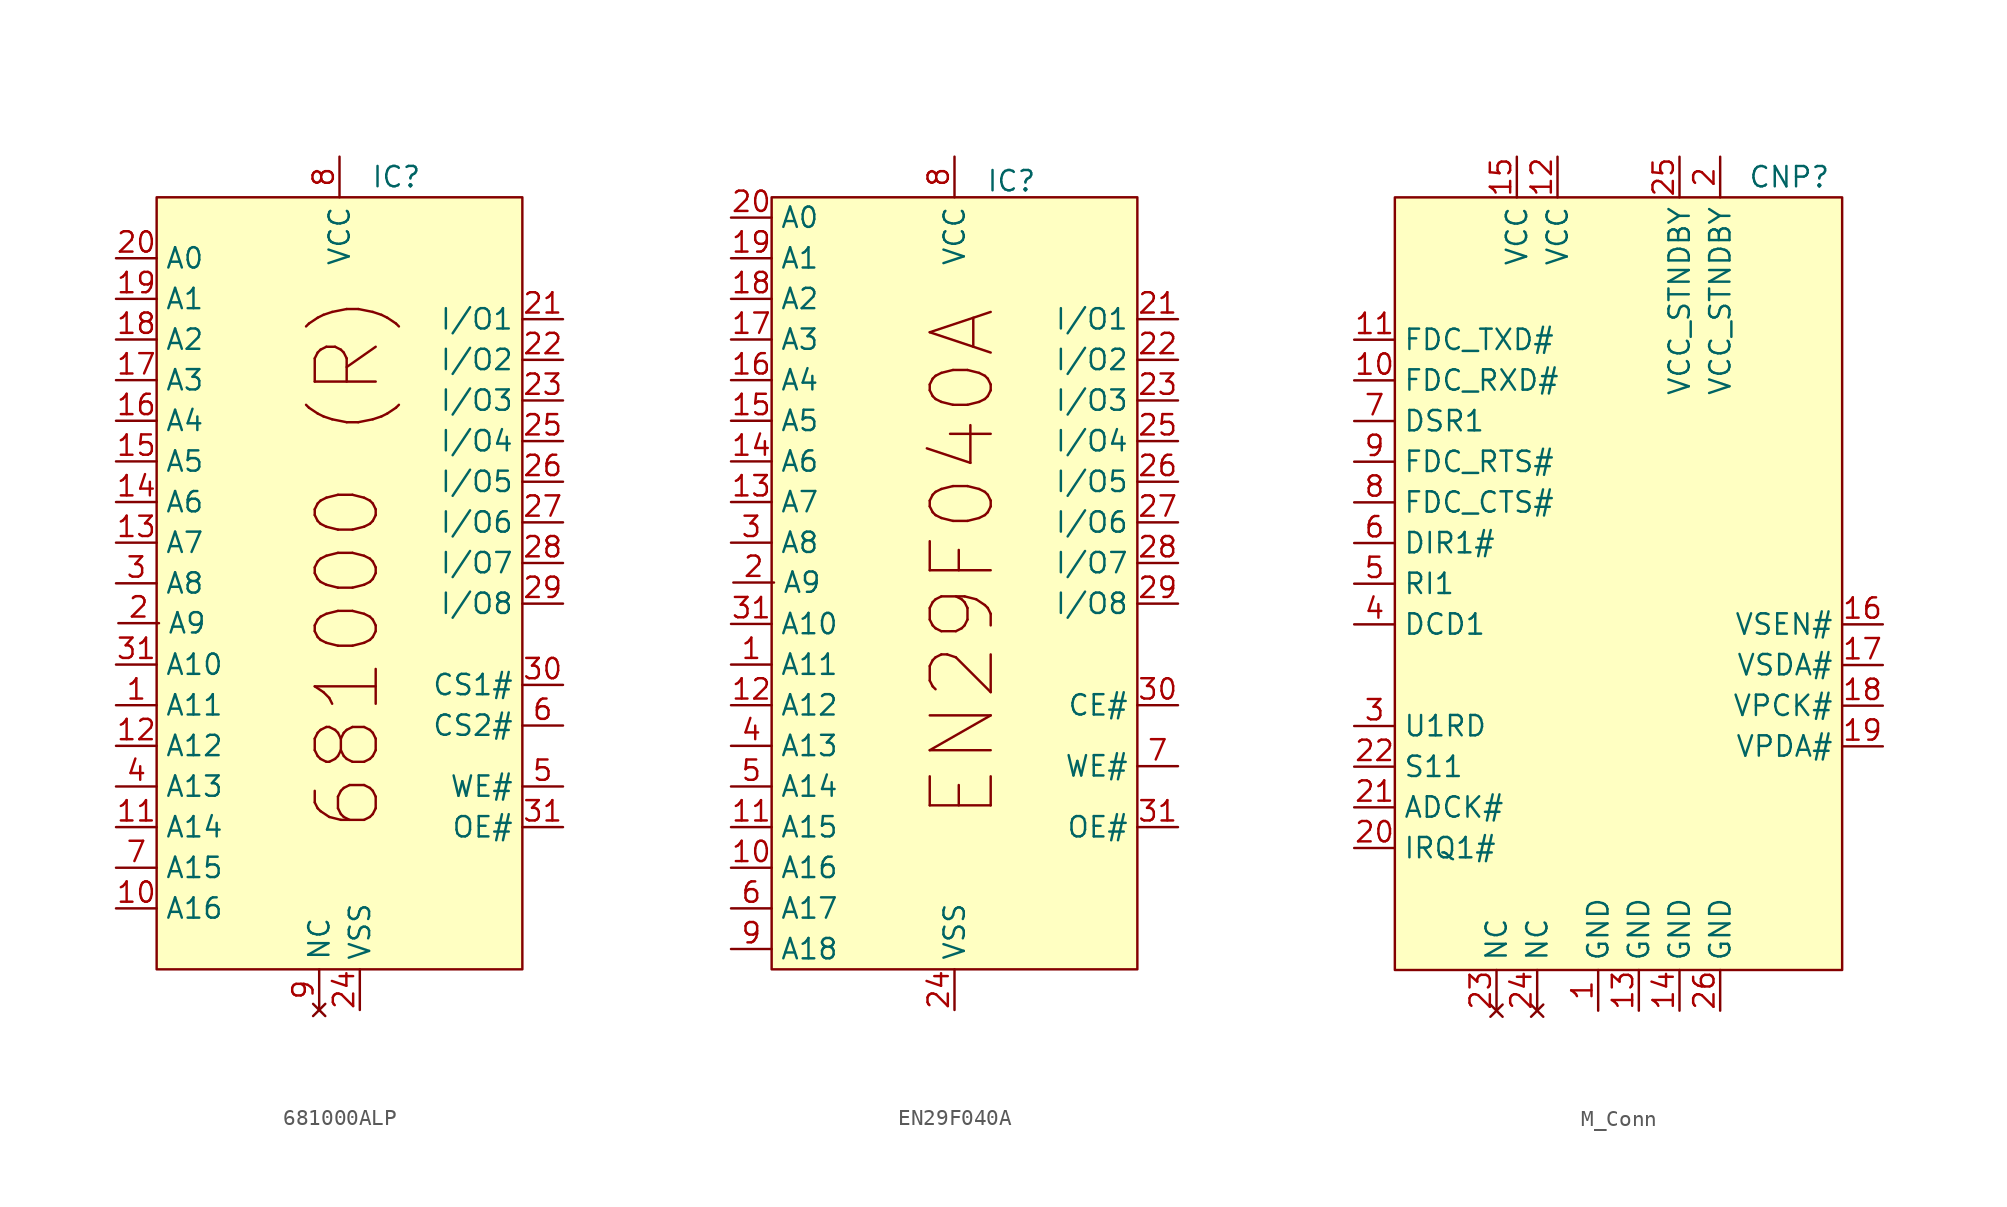
<source format=kicad_sym>
(kicad_symbol_lib
  (version 20241209)
  (generator "kicad_symbol_editor")
  (generator_version "9.0")
  (symbol "681000ALP"
    (property "Reference" "IC"
      (at 3.556 25.4 0)
      (effects (font (size 1.27 1.27))))
    (property "Value" ""
      (at 0 0 0)
      (effects (font (size 1.27 1.27))))
    (symbol "681000ALP_1_1"
      (rectangle (start -11.43 24.13) (end 11.43 -24.13) (stroke (width 0) (type solid)) (fill (type color) (color 255 255 194 1)))
      (text "681000 (R)" (at 0.508 1.27 900) (effects (font (size 3.81 3.81))))
      (pin input line (at -13.97 20.32 0) (length 2.54) (name "A0" (effects (font (size 1.27 1.27)))) (number "20" (effects (font (size 1.27 1.27)))))
      (pin input line (at -13.97 17.78 0) (length 2.54) (name "A1" (effects (font (size 1.27 1.27)))) (number "19" (effects (font (size 1.27 1.27)))))
      (pin input line (at -13.97 15.24 0) (length 2.54) (name "A2" (effects (font (size 1.27 1.27)))) (number "18" (effects (font (size 1.27 1.27)))))
      (pin input line (at -13.97 12.7 0) (length 2.54) (name "A3" (effects (font (size 1.27 1.27)))) (number "17" (effects (font (size 1.27 1.27)))))
      (pin input line (at -13.97 10.16 0) (length 2.54) (name "A4" (effects (font (size 1.27 1.27)))) (number "16" (effects (font (size 1.27 1.27)))))
      (pin input line (at -13.97 7.62 0) (length 2.54) (name "A5" (effects (font (size 1.27 1.27)))) (number "15" (effects (font (size 1.27 1.27)))))
      (pin input line (at -13.97 5.08 0) (length 2.54) (name "A6" (effects (font (size 1.27 1.27)))) (number "14" (effects (font (size 1.27 1.27)))))
      (pin input line (at -13.97 2.54 0) (length 2.54) (name "A7" (effects (font (size 1.27 1.27)))) (number "13" (effects (font (size 1.27 1.27)))))
      (pin input line (at -13.97 0 0) (length 2.54) (name "A8" (effects (font (size 1.27 1.27)))) (number "3" (effects (font (size 1.27 1.27)))))
      (pin input line (at -13.97 -5.08 0) (length 2.54) (name "A10" (effects (font (size 1.27 1.27)))) (number "31" (effects (font (size 1.27 1.27)))))
      (pin input line (at -13.97 -7.62 0) (length 2.54) (name "A11" (effects (font (size 1.27 1.27)))) (number "1" (effects (font (size 1.27 1.27)))))
      (pin input line (at -13.97 -10.16 0) (length 2.54) (name "A12" (effects (font (size 1.27 1.27)))) (number "12" (effects (font (size 1.27 1.27)))))
      (pin input line (at -13.97 -12.7 0) (length 2.54) (name "A13" (effects (font (size 1.27 1.27)))) (number "4" (effects (font (size 1.27 1.27)))))
      (pin input line (at -13.97 -15.24 0) (length 2.54) (name "A14" (effects (font (size 1.27 1.27)))) (number "11" (effects (font (size 1.27 1.27)))))
      (pin input line (at -13.97 -17.78 0) (length 2.54) (name "A15" (effects (font (size 1.27 1.27)))) (number "7" (effects (font (size 1.27 1.27)))))
      (pin input line (at -13.97 -20.32 0) (length 2.54) (name "A16" (effects (font (size 1.27 1.27)))) (number "10" (effects (font (size 1.27 1.27)))))
      (pin input line (at -13.824 -2.492 0) (length 2.54) (name "A9" (effects (font (size 1.27 1.27)))) (number "2" (effects (font (size 1.27 1.27)))))
      (pin no_connect line (at -1.27 -26.67 90) (length 2.54) (name "NC" (effects (font (size 1.27 1.27)))) (number "9" (effects (font (size 1.27 1.27)))))
      (pin power_in line (at 0 26.67 270) (length 2.54) (name "VCC" (effects (font (size 1.27 1.27)))) (number "8" (effects (font (size 1.27 1.27)))))
      (pin power_in line (at 1.27 -26.67 90) (length 2.54) (name "VSS" (effects (font (size 1.27 1.27)))) (number "24" (effects (font (size 1.27 1.27)))))
      (pin bidirectional line (at 13.97 16.51 180) (length 2.54) (name "I/O1" (effects (font (size 1.27 1.27)))) (number "21" (effects (font (size 1.27 1.27)))))
      (pin bidirectional line (at 13.97 13.97 180) (length 2.54) (name "I/O2" (effects (font (size 1.27 1.27)))) (number "22" (effects (font (size 1.27 1.27)))))
      (pin bidirectional line (at 13.97 11.43 180) (length 2.54) (name "I/O3" (effects (font (size 1.27 1.27)))) (number "23" (effects (font (size 1.27 1.27)))))
      (pin bidirectional line (at 13.97 8.89 180) (length 2.54) (name "I/O4" (effects (font (size 1.27 1.27)))) (number "25" (effects (font (size 1.27 1.27)))))
      (pin bidirectional line (at 13.97 6.35 180) (length 2.54) (name "I/O5" (effects (font (size 1.27 1.27)))) (number "26" (effects (font (size 1.27 1.27)))))
      (pin bidirectional line (at 13.97 3.81 180) (length 2.54) (name "I/O6" (effects (font (size 1.27 1.27)))) (number "27" (effects (font (size 1.27 1.27)))))
      (pin bidirectional line (at 13.97 1.27 180) (length 2.54) (name "I/O7" (effects (font (size 1.27 1.27)))) (number "28" (effects (font (size 1.27 1.27)))))
      (pin bidirectional line (at 13.97 -1.27 180) (length 2.54) (name "I/O8" (effects (font (size 1.27 1.27)))) (number "29" (effects (font (size 1.27 1.27)))))
      (pin input line (at 13.97 -6.35 180) (length 2.54) (name "CS1#" (effects (font (size 1.27 1.27)))) (number "30" (effects (font (size 1.27 1.27)))))
      (pin input line (at 13.97 -8.89 180) (length 2.54) (name "CS2#" (effects (font (size 1.27 1.27)))) (number "6" (effects (font (size 1.27 1.27)))))
      (pin input line (at 13.97 -12.7 180) (length 2.54) (name "WE#" (effects (font (size 1.27 1.27)))) (number "5" (effects (font (size 1.27 1.27)))))
      (pin input line (at 13.97 -15.24 180) (length 2.54) (name "OE#" (effects (font (size 1.27 1.27)))) (number "31" (effects (font (size 1.27 1.27)))))))
  (symbol "EN29F040A"
    (property "Reference" "IC"
      (at 3.556 25.146 0)
      (effects (font (size 1.27 1.27))))
    (property "Value" ""
      (at 0 0 0)
      (effects (font (size 1.27 1.27))))
    (symbol "EN29F040A_1_1"
      (rectangle (start -11.43 24.13) (end 11.43 -24.13) (stroke (width 0) (type solid)) (fill (type color) (color 255 255 194 1)))
      (text "EN29F040A" (at 0.508 1.27 900) (effects (font (size 3.81 3.81))))
      (pin input line (at -13.97 22.86 0) (length 2.54) (name "A0" (effects (font (size 1.27 1.27)))) (number "20" (effects (font (size 1.27 1.27)))))
      (pin input line (at -13.97 20.32 0) (length 2.54) (name "A1" (effects (font (size 1.27 1.27)))) (number "19" (effects (font (size 1.27 1.27)))))
      (pin input line (at -13.97 17.78 0) (length 2.54) (name "A2" (effects (font (size 1.27 1.27)))) (number "18" (effects (font (size 1.27 1.27)))))
      (pin input line (at -13.97 15.24 0) (length 2.54) (name "A3" (effects (font (size 1.27 1.27)))) (number "17" (effects (font (size 1.27 1.27)))))
      (pin input line (at -13.97 12.7 0) (length 2.54) (name "A4" (effects (font (size 1.27 1.27)))) (number "16" (effects (font (size 1.27 1.27)))))
      (pin input line (at -13.97 10.16 0) (length 2.54) (name "A5" (effects (font (size 1.27 1.27)))) (number "15" (effects (font (size 1.27 1.27)))))
      (pin input line (at -13.97 7.62 0) (length 2.54) (name "A6" (effects (font (size 1.27 1.27)))) (number "14" (effects (font (size 1.27 1.27)))))
      (pin input line (at -13.97 5.08 0) (length 2.54) (name "A7" (effects (font (size 1.27 1.27)))) (number "13" (effects (font (size 1.27 1.27)))))
      (pin input line (at -13.97 2.54 0) (length 2.54) (name "A8" (effects (font (size 1.27 1.27)))) (number "3" (effects (font (size 1.27 1.27)))))
      (pin input line (at -13.97 -2.54 0) (length 2.54) (name "A10" (effects (font (size 1.27 1.27)))) (number "31" (effects (font (size 1.27 1.27)))))
      (pin input line (at -13.97 -5.08 0) (length 2.54) (name "A11" (effects (font (size 1.27 1.27)))) (number "1" (effects (font (size 1.27 1.27)))))
      (pin input line (at -13.97 -7.62 0) (length 2.54) (name "A12" (effects (font (size 1.27 1.27)))) (number "12" (effects (font (size 1.27 1.27)))))
      (pin input line (at -13.97 -10.16 0) (length 2.54) (name "A13" (effects (font (size 1.27 1.27)))) (number "4" (effects (font (size 1.27 1.27)))))
      (pin input line (at -13.97 -12.7 0) (length 2.54) (name "A14" (effects (font (size 1.27 1.27)))) (number "5" (effects (font (size 1.27 1.27)))))
      (pin input line (at -13.97 -15.24 0) (length 2.54) (name "A15" (effects (font (size 1.27 1.27)))) (number "11" (effects (font (size 1.27 1.27)))))
      (pin input line (at -13.97 -17.78 0) (length 2.54) (name "A16" (effects (font (size 1.27 1.27)))) (number "10" (effects (font (size 1.27 1.27)))))
      (pin input line (at -13.97 -20.32 0) (length 2.54) (name "A17" (effects (font (size 1.27 1.27)))) (number "6" (effects (font (size 1.27 1.27)))))
      (pin input line (at -13.97 -22.86 0) (length 2.54) (name "A18" (effects (font (size 1.27 1.27)))) (number "9" (effects (font (size 1.27 1.27)))))
      (pin input line (at -13.824 0.048 0) (length 2.54) (name "A9" (effects (font (size 1.27 1.27)))) (number "2" (effects (font (size 1.27 1.27)))))
      (pin power_in line (at 0 26.67 270) (length 2.54) (name "VCC" (effects (font (size 1.27 1.27)))) (number "8" (effects (font (size 1.27 1.27)))))
      (pin power_in line (at 0 -26.67 90) (length 2.54) (name "VSS" (effects (font (size 1.27 1.27)))) (number "24" (effects (font (size 1.27 1.27)))))
      (pin bidirectional line (at 13.97 16.51 180) (length 2.54) (name "I/O1" (effects (font (size 1.27 1.27)))) (number "21" (effects (font (size 1.27 1.27)))))
      (pin bidirectional line (at 13.97 13.97 180) (length 2.54) (name "I/O2" (effects (font (size 1.27 1.27)))) (number "22" (effects (font (size 1.27 1.27)))))
      (pin bidirectional line (at 13.97 11.43 180) (length 2.54) (name "I/O3" (effects (font (size 1.27 1.27)))) (number "23" (effects (font (size 1.27 1.27)))))
      (pin bidirectional line (at 13.97 8.89 180) (length 2.54) (name "I/O4" (effects (font (size 1.27 1.27)))) (number "25" (effects (font (size 1.27 1.27)))))
      (pin bidirectional line (at 13.97 6.35 180) (length 2.54) (name "I/O5" (effects (font (size 1.27 1.27)))) (number "26" (effects (font (size 1.27 1.27)))))
      (pin bidirectional line (at 13.97 3.81 180) (length 2.54) (name "I/O6" (effects (font (size 1.27 1.27)))) (number "27" (effects (font (size 1.27 1.27)))))
      (pin bidirectional line (at 13.97 1.27 180) (length 2.54) (name "I/O7" (effects (font (size 1.27 1.27)))) (number "28" (effects (font (size 1.27 1.27)))))
      (pin bidirectional line (at 13.97 -1.27 180) (length 2.54) (name "I/O8" (effects (font (size 1.27 1.27)))) (number "29" (effects (font (size 1.27 1.27)))))
      (pin input line (at 13.97 -7.62 180) (length 2.54) (name "CE#" (effects (font (size 1.27 1.27)))) (number "30" (effects (font (size 1.27 1.27)))))
      (pin input line (at 13.97 -11.43 180) (length 2.54) (name "WE#" (effects (font (size 1.27 1.27)))) (number "7" (effects (font (size 1.27 1.27)))))
      (pin input line (at 13.97 -15.24 180) (length 2.54) (name "OE#" (effects (font (size 1.27 1.27)))) (number "31" (effects (font (size 1.27 1.27)))))))
  (symbol "M_Conn"
    (property "Reference" "CNP"
      (at 10.668 25.4 0)
      (effects (font (size 1.27 1.27))))
    (property "Value" ""
      (at 0 0 0)
      (effects (font (size 1.27 1.27))))
    (symbol "M_Conn_1_1"
      (rectangle (start -13.97 24.13) (end 13.97 -24.13) (stroke (width 0) (type solid)) (fill (type color) (color 255 255 194 1)))
      (pin bidirectional line (at -16.51 15.24 0) (length 2.54) (name "FDC_TXD#" (effects (font (size 1.27 1.27)))) (number "11" (effects (font (size 1.27 1.27)))))
      (pin bidirectional line (at -16.51 12.7 0) (length 2.54) (name "FDC_RXD#" (effects (font (size 1.27 1.27)))) (number "10" (effects (font (size 1.27 1.27)))))
      (pin bidirectional line (at -16.51 10.16 0) (length 2.54) (name "DSR1" (effects (font (size 1.27 1.27)))) (number "7" (effects (font (size 1.27 1.27)))))
      (pin bidirectional line (at -16.51 7.62 0) (length 2.54) (name "FDC_RTS#" (effects (font (size 1.27 1.27)))) (number "9" (effects (font (size 1.27 1.27)))))
      (pin bidirectional line (at -16.51 5.08 0) (length 2.54) (name "FDC_CTS#" (effects (font (size 1.27 1.27)))) (number "8" (effects (font (size 1.27 1.27)))))
      (pin bidirectional line (at -16.51 2.54 0) (length 2.54) (name "DIR1#" (effects (font (size 1.27 1.27)))) (number "6" (effects (font (size 1.27 1.27)))))
      (pin bidirectional line (at -16.51 0 0) (length 2.54) (name "RI1" (effects (font (size 1.27 1.27)))) (number "5" (effects (font (size 1.27 1.27)))))
      (pin bidirectional line (at -16.51 -2.54 0) (length 2.54) (name "DCD1" (effects (font (size 1.27 1.27)))) (number "4" (effects (font (size 1.27 1.27)))))
      (pin bidirectional line (at -16.51 -8.89 0) (length 2.54) (name "U1RD" (effects (font (size 1.27 1.27)))) (number "3" (effects (font (size 1.27 1.27)))))
      (pin bidirectional line (at -16.51 -11.43 0) (length 2.54) (name "S11" (effects (font (size 1.27 1.27)))) (number "22" (effects (font (size 1.27 1.27)))))
      (pin bidirectional line (at -16.51 -13.97 0) (length 2.54) (name "ADCK#" (effects (font (size 1.27 1.27)))) (number "21" (effects (font (size 1.27 1.27)))))
      (pin output line (at -16.51 -16.51 0) (length 2.54) (name "IRQ1#" (effects (font (size 1.27 1.27)))) (number "20" (effects (font (size 1.27 1.27)))))
      (pin no_connect line (at -7.62 -26.67 90) (length 2.54) (name "NC" (effects (font (size 1.27 1.27)))) (number "23" (effects (font (size 1.27 1.27)))))
      (pin power_in line (at -6.35 26.67 270) (length 2.54) (name "VCC" (effects (font (size 1.27 1.27)))) (number "15" (effects (font (size 1.27 1.27)))))
      (pin no_connect line (at -5.08 -26.67 90) (length 2.54) (name "NC" (effects (font (size 1.27 1.27)))) (number "24" (effects (font (size 1.27 1.27)))))
      (pin power_in line (at -3.81 26.67 270) (length 2.54) (name "VCC" (effects (font (size 1.27 1.27)))) (number "12" (effects (font (size 1.27 1.27)))))
      (pin power_in line (at -1.27 -26.67 90) (length 2.54) (name "GND" (effects (font (size 1.27 1.27)))) (number "1" (effects (font (size 1.27 1.27)))))
      (pin power_in line (at 1.27 -26.67 90) (length 2.54) (name "GND" (effects (font (size 1.27 1.27)))) (number "13" (effects (font (size 1.27 1.27)))))
      (pin power_in line (at 3.81 26.67 270) (length 2.54) (name "VCC_STNDBY" (effects (font (size 1.27 1.27)))) (number "25" (effects (font (size 1.27 1.27)))))
      (pin power_in line (at 3.81 -26.67 90) (length 2.54) (name "GND" (effects (font (size 1.27 1.27)))) (number "14" (effects (font (size 1.27 1.27)))))
      (pin power_in line (at 6.35 26.67 270) (length 2.54) (name "VCC_STNDBY" (effects (font (size 1.27 1.27)))) (number "2" (effects (font (size 1.27 1.27)))))
      (pin power_in line (at 6.35 -26.67 90) (length 2.54) (name "GND" (effects (font (size 1.27 1.27)))) (number "26" (effects (font (size 1.27 1.27)))))
      (pin bidirectional line (at 16.51 -2.54 180) (length 2.54) (name "VSEN#" (effects (font (size 1.27 1.27)))) (number "16" (effects (font (size 1.27 1.27)))))
      (pin bidirectional line (at 16.51 -5.08 180) (length 2.54) (name "VSDA#" (effects (font (size 1.27 1.27)))) (number "17" (effects (font (size 1.27 1.27)))))
      (pin bidirectional line (at 16.51 -7.62 180) (length 2.54) (name "VPCK#" (effects (font (size 1.27 1.27)))) (number "18" (effects (font (size 1.27 1.27)))))
      (pin bidirectional line (at 16.51 -10.16 180) (length 2.54) (name "VPDA#" (effects (font (size 1.27 1.27)))) (number "19" (effects (font (size 1.27 1.27))))))))
</source>
